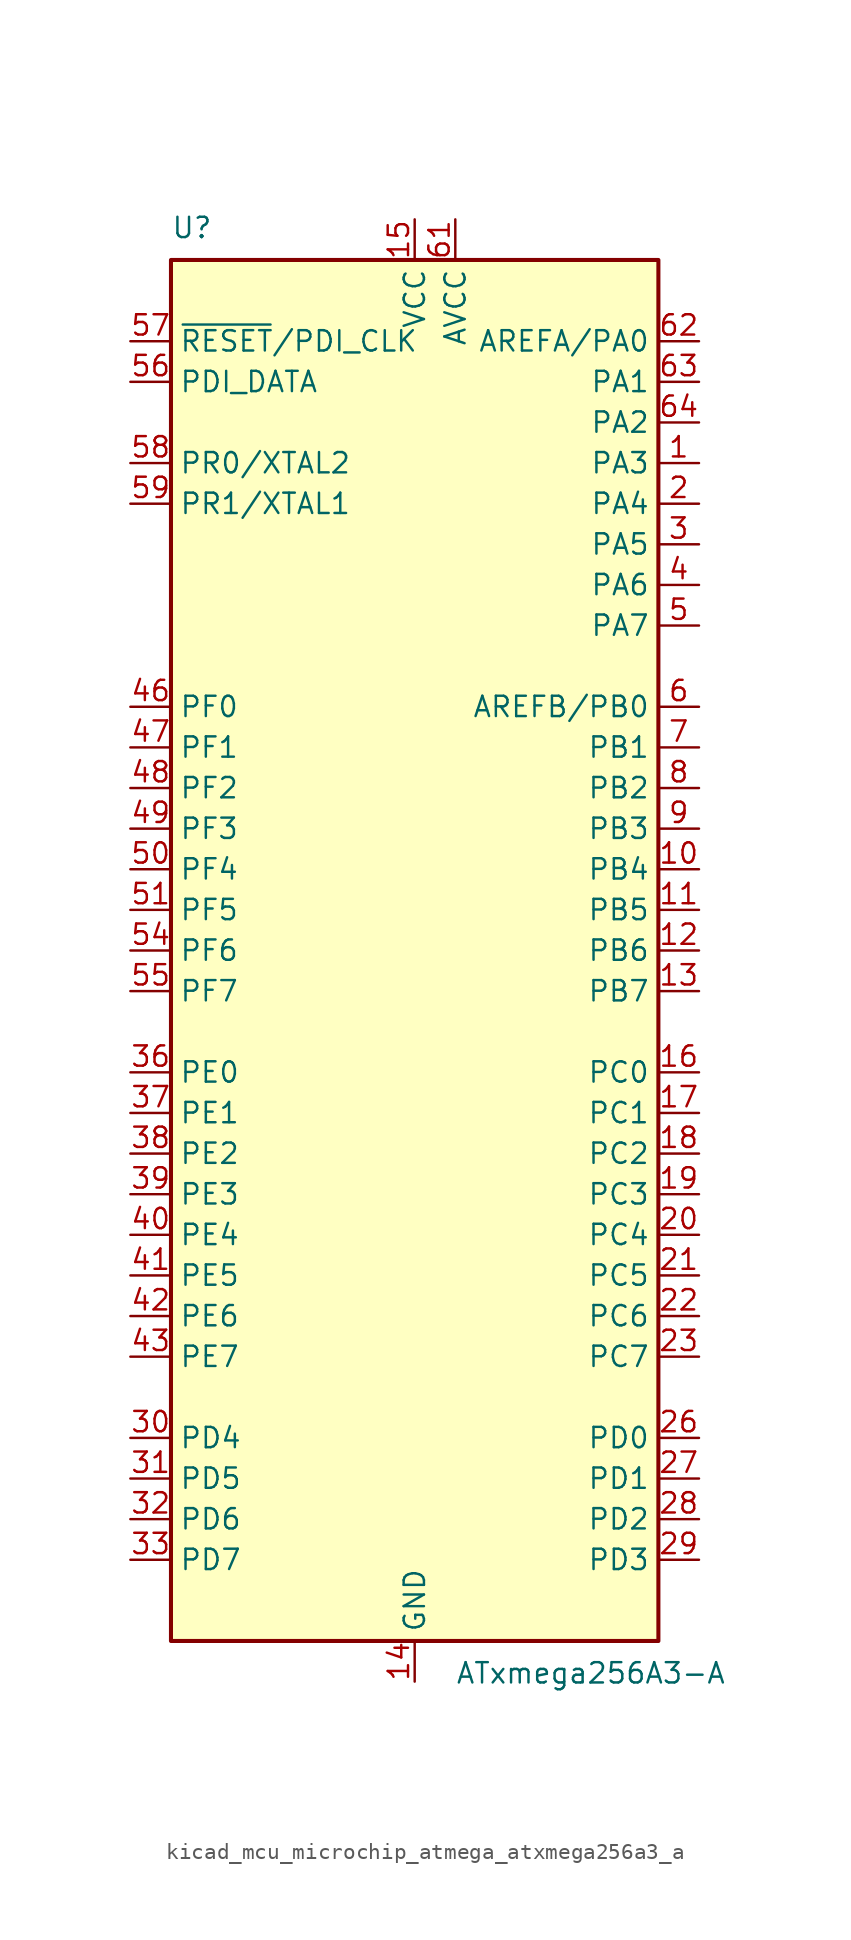
<source format=kicad_sym>
(kicad_symbol_lib
  (version 20220914)
  (generator kicad_symbol_editor)
  (symbol "kicad_mcu_microchip_atmega_atxmega256a3_a"
    (property "Reference" "U"
      (at -15.24 44.45 0)
      (effects (font (size 1.27 1.27)) (justify left bottom)))
    (property "Value" "ATxmega256A3-A"
      (at 2.54 -44.45 0)
      (effects (font (size 1.27 1.27)) (justify left top)))
    (symbol "kicad_mcu_microchip_atmega_atxmega256a3_a_0_1"
      (rectangle (start -15.24 -43.18) (end 15.24 43.18) (stroke (width 0.254) (type default)) (fill (type background))))
    (symbol "kicad_mcu_microchip_atmega_atxmega256a3_a_1_1"
      (pin bidirectional line (at 17.78 30.48 180) (length 2.54) (name "PA3" (effects (font (size 1.27 1.27)))) (number "1" (effects (font (size 1.27 1.27)))))
      (pin bidirectional line (at 17.78 5.08 180) (length 2.54) (name "PB4" (effects (font (size 1.27 1.27)))) (number "10" (effects (font (size 1.27 1.27)))))
      (pin bidirectional line (at 17.78 2.54 180) (length 2.54) (name "PB5" (effects (font (size 1.27 1.27)))) (number "11" (effects (font (size 1.27 1.27)))))
      (pin bidirectional line (at 17.78 0 180) (length 2.54) (name "PB6" (effects (font (size 1.27 1.27)))) (number "12" (effects (font (size 1.27 1.27)))))
      (pin bidirectional line (at 17.78 -2.54 180) (length 2.54) (name "PB7" (effects (font (size 1.27 1.27)))) (number "13" (effects (font (size 1.27 1.27)))))
      (pin power_in line (at 0 -45.72 90) (length 2.54) (name "GND" (effects (font (size 1.27 1.27)))) (number "14" (effects (font (size 1.27 1.27)))))
      (pin power_in line (at 0 45.72 270) (length 2.54) (name "VCC" (effects (font (size 1.27 1.27)))) (number "15" (effects (font (size 1.27 1.27)))))
      (pin bidirectional line (at 17.78 -7.62 180) (length 2.54) (name "PC0" (effects (font (size 1.27 1.27)))) (number "16" (effects (font (size 1.27 1.27)))))
      (pin bidirectional line (at 17.78 -10.16 180) (length 2.54) (name "PC1" (effects (font (size 1.27 1.27)))) (number "17" (effects (font (size 1.27 1.27)))))
      (pin bidirectional line (at 17.78 -12.7 180) (length 2.54) (name "PC2" (effects (font (size 1.27 1.27)))) (number "18" (effects (font (size 1.27 1.27)))))
      (pin bidirectional line (at 17.78 -15.24 180) (length 2.54) (name "PC3" (effects (font (size 1.27 1.27)))) (number "19" (effects (font (size 1.27 1.27)))))
      (pin bidirectional line (at 17.78 27.94 180) (length 2.54) (name "PA4" (effects (font (size 1.27 1.27)))) (number "2" (effects (font (size 1.27 1.27)))))
      (pin bidirectional line (at 17.78 -17.78 180) (length 2.54) (name "PC4" (effects (font (size 1.27 1.27)))) (number "20" (effects (font (size 1.27 1.27)))))
      (pin bidirectional line (at 17.78 -20.32 180) (length 2.54) (name "PC5" (effects (font (size 1.27 1.27)))) (number "21" (effects (font (size 1.27 1.27)))))
      (pin bidirectional line (at 17.78 -22.86 180) (length 2.54) (name "PC6" (effects (font (size 1.27 1.27)))) (number "22" (effects (font (size 1.27 1.27)))))
      (pin bidirectional line (at 17.78 -25.4 180) (length 2.54) (name "PC7" (effects (font (size 1.27 1.27)))) (number "23" (effects (font (size 1.27 1.27)))))
      (pin passive line (at 0 -45.72 90) (length 2.54) hide (name "GND" (effects (font (size 1.27 1.27)))) (number "24" (effects (font (size 1.27 1.27)))))
      (pin passive line (at 0 45.72 270) (length 2.54) hide (name "VCC" (effects (font (size 1.27 1.27)))) (number "25" (effects (font (size 1.27 1.27)))))
      (pin bidirectional line (at 17.78 -30.48 180) (length 2.54) (name "PD0" (effects (font (size 1.27 1.27)))) (number "26" (effects (font (size 1.27 1.27)))))
      (pin bidirectional line (at 17.78 -33.02 180) (length 2.54) (name "PD1" (effects (font (size 1.27 1.27)))) (number "27" (effects (font (size 1.27 1.27)))))
      (pin bidirectional line (at 17.78 -35.56 180) (length 2.54) (name "PD2" (effects (font (size 1.27 1.27)))) (number "28" (effects (font (size 1.27 1.27)))))
      (pin bidirectional line (at 17.78 -38.1 180) (length 2.54) (name "PD3" (effects (font (size 1.27 1.27)))) (number "29" (effects (font (size 1.27 1.27)))))
      (pin bidirectional line (at 17.78 25.4 180) (length 2.54) (name "PA5" (effects (font (size 1.27 1.27)))) (number "3" (effects (font (size 1.27 1.27)))))
      (pin bidirectional line (at -17.78 -30.48 0) (length 2.54) (name "PD4" (effects (font (size 1.27 1.27)))) (number "30" (effects (font (size 1.27 1.27)))))
      (pin bidirectional line (at -17.78 -33.02 0) (length 2.54) (name "PD5" (effects (font (size 1.27 1.27)))) (number "31" (effects (font (size 1.27 1.27)))))
      (pin bidirectional line (at -17.78 -35.56 0) (length 2.54) (name "PD6" (effects (font (size 1.27 1.27)))) (number "32" (effects (font (size 1.27 1.27)))))
      (pin bidirectional line (at -17.78 -38.1 0) (length 2.54) (name "PD7" (effects (font (size 1.27 1.27)))) (number "33" (effects (font (size 1.27 1.27)))))
      (pin passive line (at 0 -45.72 90) (length 2.54) hide (name "GND" (effects (font (size 1.27 1.27)))) (number "34" (effects (font (size 1.27 1.27)))))
      (pin passive line (at 0 45.72 270) (length 2.54) hide (name "VCC" (effects (font (size 1.27 1.27)))) (number "35" (effects (font (size 1.27 1.27)))))
      (pin bidirectional line (at -17.78 -7.62 0) (length 2.54) (name "PE0" (effects (font (size 1.27 1.27)))) (number "36" (effects (font (size 1.27 1.27)))))
      (pin bidirectional line (at -17.78 -10.16 0) (length 2.54) (name "PE1" (effects (font (size 1.27 1.27)))) (number "37" (effects (font (size 1.27 1.27)))))
      (pin bidirectional line (at -17.78 -12.7 0) (length 2.54) (name "PE2" (effects (font (size 1.27 1.27)))) (number "38" (effects (font (size 1.27 1.27)))))
      (pin bidirectional line (at -17.78 -15.24 0) (length 2.54) (name "PE3" (effects (font (size 1.27 1.27)))) (number "39" (effects (font (size 1.27 1.27)))))
      (pin bidirectional line (at 17.78 22.86 180) (length 2.54) (name "PA6" (effects (font (size 1.27 1.27)))) (number "4" (effects (font (size 1.27 1.27)))))
      (pin bidirectional line (at -17.78 -17.78 0) (length 2.54) (name "PE4" (effects (font (size 1.27 1.27)))) (number "40" (effects (font (size 1.27 1.27)))))
      (pin bidirectional line (at -17.78 -20.32 0) (length 2.54) (name "PE5" (effects (font (size 1.27 1.27)))) (number "41" (effects (font (size 1.27 1.27)))))
      (pin bidirectional line (at -17.78 -22.86 0) (length 2.54) (name "PE6" (effects (font (size 1.27 1.27)))) (number "42" (effects (font (size 1.27 1.27)))))
      (pin bidirectional line (at -17.78 -25.4 0) (length 2.54) (name "PE7" (effects (font (size 1.27 1.27)))) (number "43" (effects (font (size 1.27 1.27)))))
      (pin passive line (at 0 -45.72 90) (length 2.54) hide (name "GND" (effects (font (size 1.27 1.27)))) (number "44" (effects (font (size 1.27 1.27)))))
      (pin passive line (at 0 45.72 270) (length 2.54) hide (name "VCC" (effects (font (size 1.27 1.27)))) (number "45" (effects (font (size 1.27 1.27)))))
      (pin bidirectional line (at -17.78 15.24 0) (length 2.54) (name "PF0" (effects (font (size 1.27 1.27)))) (number "46" (effects (font (size 1.27 1.27)))))
      (pin bidirectional line (at -17.78 12.7 0) (length 2.54) (name "PF1" (effects (font (size 1.27 1.27)))) (number "47" (effects (font (size 1.27 1.27)))))
      (pin bidirectional line (at -17.78 10.16 0) (length 2.54) (name "PF2" (effects (font (size 1.27 1.27)))) (number "48" (effects (font (size 1.27 1.27)))))
      (pin bidirectional line (at -17.78 7.62 0) (length 2.54) (name "PF3" (effects (font (size 1.27 1.27)))) (number "49" (effects (font (size 1.27 1.27)))))
      (pin bidirectional line (at 17.78 20.32 180) (length 2.54) (name "PA7" (effects (font (size 1.27 1.27)))) (number "5" (effects (font (size 1.27 1.27)))))
      (pin bidirectional line (at -17.78 5.08 0) (length 2.54) (name "PF4" (effects (font (size 1.27 1.27)))) (number "50" (effects (font (size 1.27 1.27)))))
      (pin bidirectional line (at -17.78 2.54 0) (length 2.54) (name "PF5" (effects (font (size 1.27 1.27)))) (number "51" (effects (font (size 1.27 1.27)))))
      (pin passive line (at 0 -45.72 90) (length 2.54) hide (name "GND" (effects (font (size 1.27 1.27)))) (number "52" (effects (font (size 1.27 1.27)))))
      (pin passive line (at 0 45.72 270) (length 2.54) hide (name "VCC" (effects (font (size 1.27 1.27)))) (number "53" (effects (font (size 1.27 1.27)))))
      (pin bidirectional line (at -17.78 0 0) (length 2.54) (name "PF6" (effects (font (size 1.27 1.27)))) (number "54" (effects (font (size 1.27 1.27)))))
      (pin bidirectional line (at -17.78 -2.54 0) (length 2.54) (name "PF7" (effects (font (size 1.27 1.27)))) (number "55" (effects (font (size 1.27 1.27)))))
      (pin bidirectional line (at -17.78 35.56 0) (length 2.54) (name "PDI_DATA" (effects (font (size 1.27 1.27)))) (number "56" (effects (font (size 1.27 1.27)))))
      (pin input line (at -17.78 38.1 0) (length 2.54) (name "~{RESET}/PDI_CLK" (effects (font (size 1.27 1.27)))) (number "57" (effects (font (size 1.27 1.27)))))
      (pin bidirectional line (at -17.78 30.48 0) (length 2.54) (name "PR0/XTAL2" (effects (font (size 1.27 1.27)))) (number "58" (effects (font (size 1.27 1.27)))))
      (pin bidirectional line (at -17.78 27.94 0) (length 2.54) (name "PR1/XTAL1" (effects (font (size 1.27 1.27)))) (number "59" (effects (font (size 1.27 1.27)))))
      (pin bidirectional line (at 17.78 15.24 180) (length 2.54) (name "AREFB/PB0" (effects (font (size 1.27 1.27)))) (number "6" (effects (font (size 1.27 1.27)))))
      (pin passive line (at 0 -45.72 90) (length 2.54) hide (name "GND" (effects (font (size 1.27 1.27)))) (number "60" (effects (font (size 1.27 1.27)))))
      (pin power_in line (at 2.54 45.72 270) (length 2.54) (name "AVCC" (effects (font (size 1.27 1.27)))) (number "61" (effects (font (size 1.27 1.27)))))
      (pin bidirectional line (at 17.78 38.1 180) (length 2.54) (name "AREFA/PA0" (effects (font (size 1.27 1.27)))) (number "62" (effects (font (size 1.27 1.27)))))
      (pin bidirectional line (at 17.78 35.56 180) (length 2.54) (name "PA1" (effects (font (size 1.27 1.27)))) (number "63" (effects (font (size 1.27 1.27)))))
      (pin bidirectional line (at 17.78 33.02 180) (length 2.54) (name "PA2" (effects (font (size 1.27 1.27)))) (number "64" (effects (font (size 1.27 1.27)))))
      (pin bidirectional line (at 17.78 12.7 180) (length 2.54) (name "PB1" (effects (font (size 1.27 1.27)))) (number "7" (effects (font (size 1.27 1.27)))))
      (pin bidirectional line (at 17.78 10.16 180) (length 2.54) (name "PB2" (effects (font (size 1.27 1.27)))) (number "8" (effects (font (size 1.27 1.27)))))
      (pin bidirectional line (at 17.78 7.62 180) (length 2.54) (name "PB3" (effects (font (size 1.27 1.27)))) (number "9" (effects (font (size 1.27 1.27))))))))
</source>
